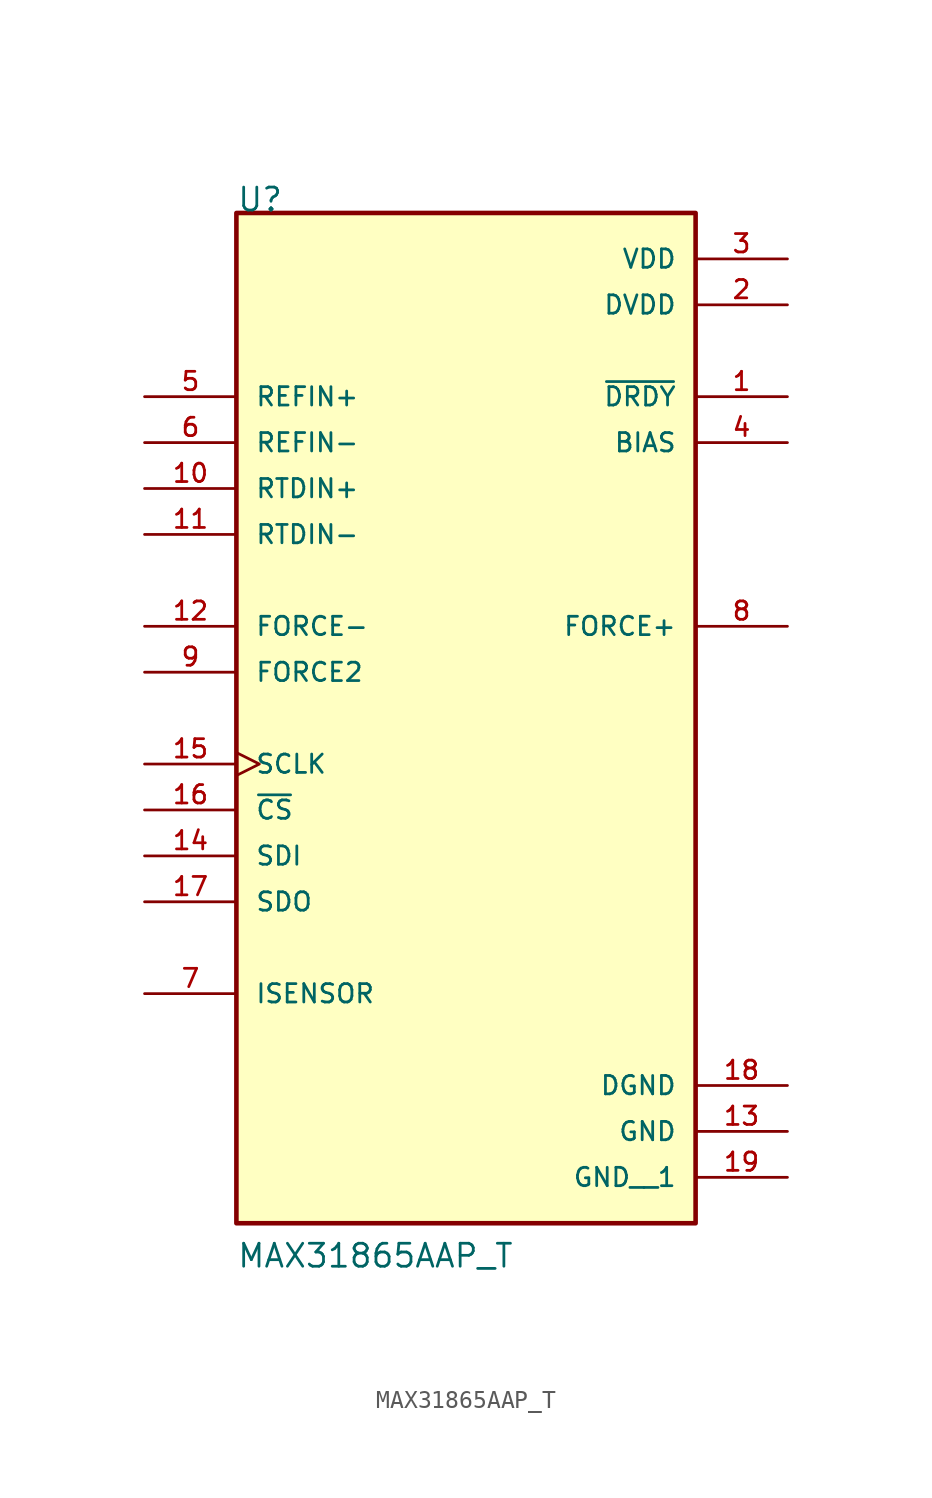
<source format=kicad_sym>
(kicad_symbol_lib
  (version 20211014)
  (generator kicad_symbol_editor)
  (symbol "MAX31865AAP_T"
    (pin_names
      (offset 1.016))
    (property "Reference" "U"
      (at -12.7 25.4 0)
      (effects (font (size 1.27 1.27)) (justify bottom left)))
    (property "Value" "MAX31865AAP_T"
      (at -12.7 -33.02 0)
      (effects (font (size 1.27 1.27)) (justify bottom left)))
    (symbol "MAX31865AAP_T_0_0"
      (rectangle (start -12.7 -30.48) (end 12.7 25.4) (stroke (width 0.254)) (fill (type background)))
      (pin output line (at 17.78 15.24 180.0) (length 5.08) (name "~{DRDY}" (effects (font (size 1.016 1.016)))) (number "1" (effects (font (size 1.016 1.016)))))
      (pin power_in line (at 17.78 20.32 180.0) (length 5.08) (name "DVDD" (effects (font (size 1.016 1.016)))) (number "2" (effects (font (size 1.016 1.016)))))
      (pin power_in line (at 17.78 22.86 180.0) (length 5.08) (name "VDD" (effects (font (size 1.016 1.016)))) (number "3" (effects (font (size 1.016 1.016)))))
      (pin output line (at 17.78 12.7 180.0) (length 5.08) (name "BIAS" (effects (font (size 1.016 1.016)))) (number "4" (effects (font (size 1.016 1.016)))))
      (pin input line (at -17.78 15.24 0) (length 5.08) (name "REFIN+" (effects (font (size 1.016 1.016)))) (number "5" (effects (font (size 1.016 1.016)))))
      (pin input line (at -17.78 12.7 0) (length 5.08) (name "REFIN-" (effects (font (size 1.016 1.016)))) (number "6" (effects (font (size 1.016 1.016)))))
      (pin input line (at -17.78 -17.78 0) (length 5.08) (name "ISENSOR" (effects (font (size 1.016 1.016)))) (number "7" (effects (font (size 1.016 1.016)))))
      (pin output line (at 17.78 2.54 180.0) (length 5.08) (name "FORCE+" (effects (font (size 1.016 1.016)))) (number "8" (effects (font (size 1.016 1.016)))))
      (pin input line (at -17.78 0.0 0) (length 5.08) (name "FORCE2" (effects (font (size 1.016 1.016)))) (number "9" (effects (font (size 1.016 1.016)))))
      (pin input line (at -17.78 10.16 0) (length 5.08) (name "RTDIN+" (effects (font (size 1.016 1.016)))) (number "10" (effects (font (size 1.016 1.016)))))
      (pin input line (at -17.78 7.62 0) (length 5.08) (name "RTDIN-" (effects (font (size 1.016 1.016)))) (number "11" (effects (font (size 1.016 1.016)))))
      (pin input line (at -17.78 2.54 0) (length 5.08) (name "FORCE-" (effects (font (size 1.016 1.016)))) (number "12" (effects (font (size 1.016 1.016)))))
      (pin input line (at -17.78 -10.16 0) (length 5.08) (name "SDI" (effects (font (size 1.016 1.016)))) (number "14" (effects (font (size 1.016 1.016)))))
      (pin input clock (at -17.78 -5.08 0) (length 5.08) (name "SCLK" (effects (font (size 1.016 1.016)))) (number "15" (effects (font (size 1.016 1.016)))))
      (pin input line (at -17.78 -7.62 0) (length 5.08) (name "~{CS}" (effects (font (size 1.016 1.016)))) (number "16" (effects (font (size 1.016 1.016)))))
      (pin output line (at -17.78 -12.7 0) (length 5.08) (name "SDO" (effects (font (size 1.016 1.016)))) (number "17" (effects (font (size 1.016 1.016)))))
      (pin power_in line (at 17.78 -22.86 180.0) (length 5.08) (name "DGND" (effects (font (size 1.016 1.016)))) (number "18" (effects (font (size 1.016 1.016)))))
      (pin power_in line (at 17.78 -25.4 180.0) (length 5.08) (name "GND" (effects (font (size 1.016 1.016)))) (number "13" (effects (font (size 1.016 1.016)))))
      (pin power_in line (at 17.78 -27.94 180.0) (length 5.08) (name "GND__1" (effects (font (size 1.016 1.016)))) (number "19" (effects (font (size 1.016 1.016))))))))
</source>
